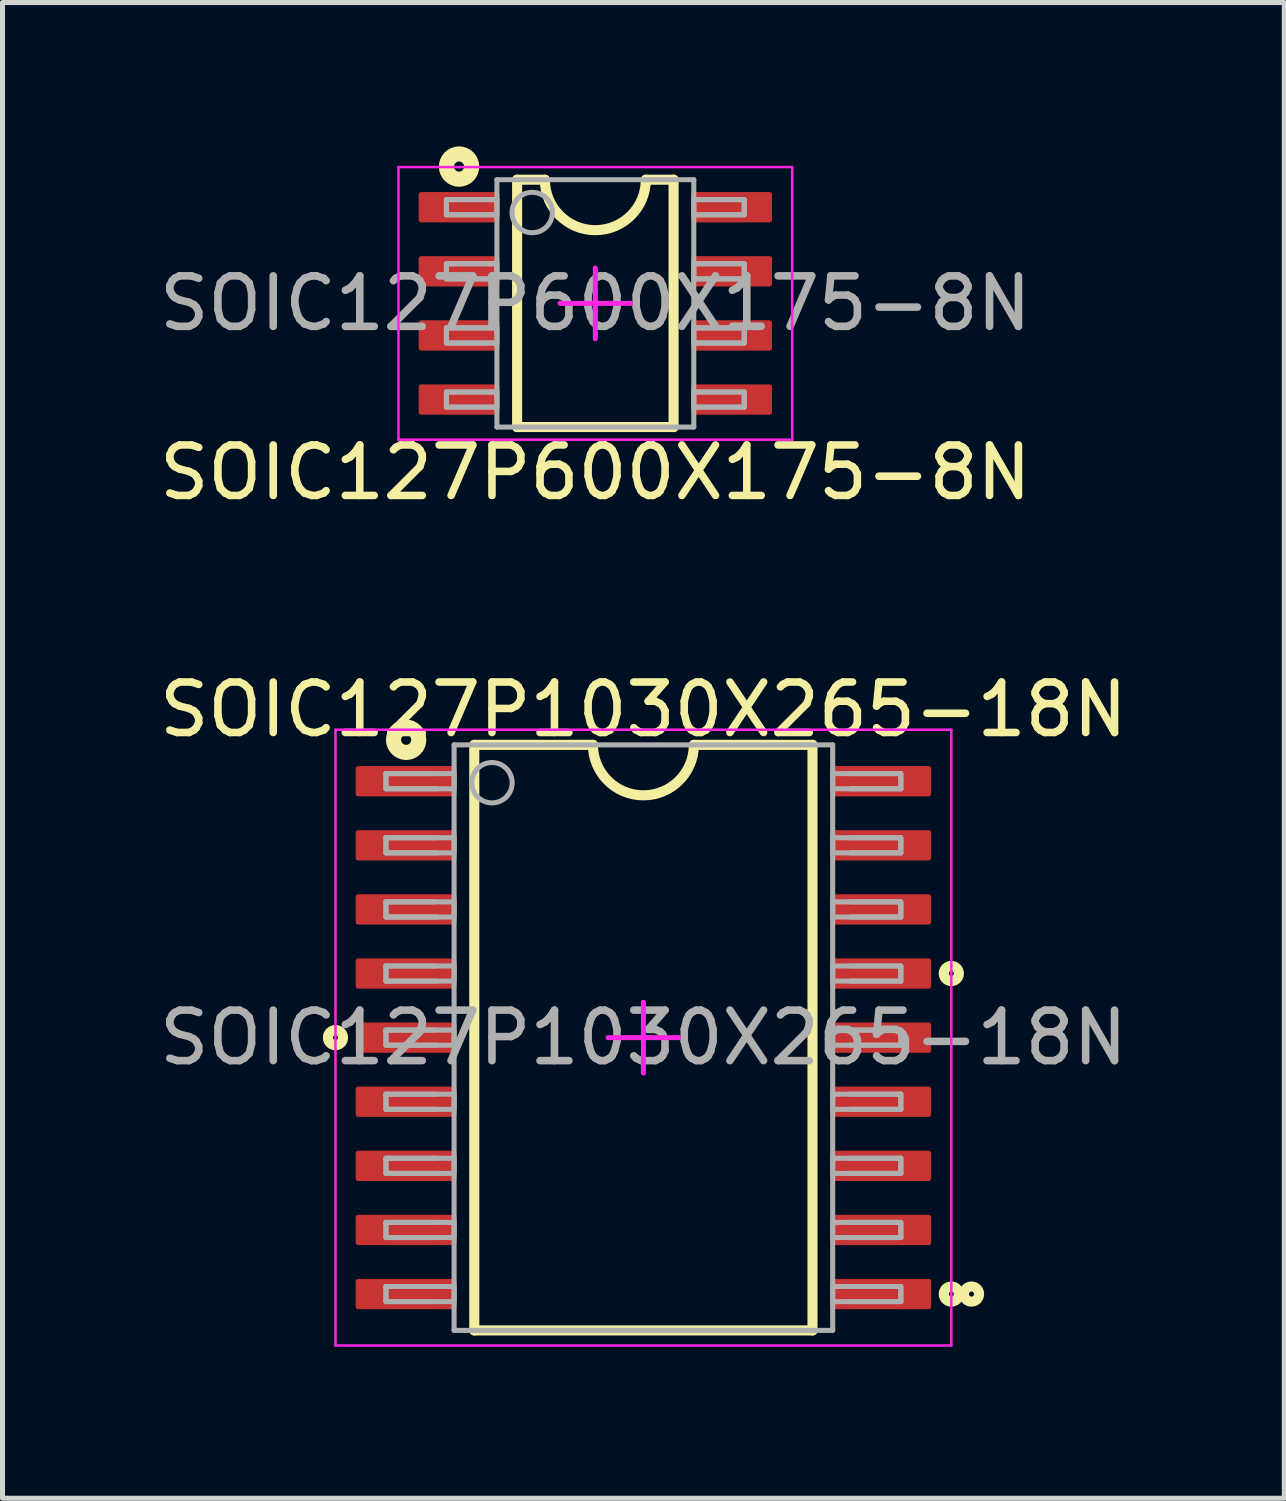
<source format=kicad_pcb>
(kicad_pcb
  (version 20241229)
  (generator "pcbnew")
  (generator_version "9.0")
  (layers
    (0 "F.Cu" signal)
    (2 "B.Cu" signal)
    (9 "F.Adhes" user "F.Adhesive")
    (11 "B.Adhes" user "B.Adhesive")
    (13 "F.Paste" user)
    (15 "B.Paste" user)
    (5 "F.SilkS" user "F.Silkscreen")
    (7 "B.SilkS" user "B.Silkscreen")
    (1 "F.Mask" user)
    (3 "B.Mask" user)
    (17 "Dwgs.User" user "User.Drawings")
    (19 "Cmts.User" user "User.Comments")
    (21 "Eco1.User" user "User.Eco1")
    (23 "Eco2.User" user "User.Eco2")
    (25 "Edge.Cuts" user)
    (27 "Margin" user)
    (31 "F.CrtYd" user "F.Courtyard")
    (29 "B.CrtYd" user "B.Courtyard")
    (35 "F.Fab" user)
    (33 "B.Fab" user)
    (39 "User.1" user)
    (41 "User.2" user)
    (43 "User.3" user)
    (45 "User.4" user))
  (footprint "SOIC127P1030X265-18N"
    (layer "F.Cu")
    (at 9.696 17.506)
    (property "Reference" "SOIC127P1030X265-18N" (at 0 -6.5 0) (layer "F.SilkS") (effects (font (size 1 1) (thickness 0.15))))
    (attr smd)
    (fp_line (start -3.35 -5.8) (end -3.35 5.8) (stroke (width 0.2) (type solid)) (layer "F.SilkS"))
    (fp_line (start -3.35 5.8) (end 3.35 5.8) (stroke (width 0.2) (type solid)) (layer "F.SilkS"))
    (fp_line (start -1 -5.8) (end -3.35 -5.8) (stroke (width 0.2) (type solid)) (layer "F.SilkS"))
    (fp_line (start 3.35 -5.8) (end 1 -5.8) (stroke (width 0.2) (type solid)) (layer "F.SilkS"))
    (fp_line (start 3.35 5.8) (end 3.35 -5.8) (stroke (width 0.2) (type solid)) (layer "F.SilkS"))
    (fp_arc (start 1 -5.8) (mid 0 -4.8) (end -1 -5.8) (stroke (width 0.2) (type solid)) (layer "F.SilkS"))
    (fp_circle (center -6.1 0) (end -6.1 0.05) (stroke (width 0.2) (type solid)) (fill no) (layer "F.SilkS"))
    (fp_circle (center -4.7 -5.9) (end -4.7 -5.8) (stroke (width 0.3) (type solid)) (fill no) (layer "F.SilkS"))
    (fp_circle (center 6.1 -1.27) (end 6.1 -1.32) (stroke (width 0.2) (type solid)) (fill no) (layer "F.SilkS"))
    (fp_circle (center 6.1 5.08) (end 6.1 5.03) (stroke (width 0.2) (type solid)) (fill no) (layer "F.SilkS"))
    (fp_circle (center 6.5 5.08) (end 6.5 5.13) (stroke (width 0.2) (type solid)) (fill no) (layer "F.SilkS"))
    (fp_line (start -6.1 -6.1) (end 6.1 -6.1) (stroke (width 0.05) (type solid)) (layer "F.CrtYd"))
    (fp_line (start -6.1 6.1) (end -6.1 -6.1) (stroke (width 0.05) (type solid)) (layer "F.CrtYd"))
    (fp_line (start 0 0.7) (end 0 -0.7) (stroke (width 0.1) (type solid)) (layer "F.CrtYd"))
    (fp_line (start 0.7 0) (end -0.7 0) (stroke (width 0.1) (type solid)) (layer "F.CrtYd"))
    (fp_line (start 6.1 -6.1) (end 6.1 6.1) (stroke (width 0.05) (type solid)) (layer "F.CrtYd"))
    (fp_line (start 6.1 6.1) (end -6.1 6.1) (stroke (width 0.05) (type solid)) (layer "F.CrtYd"))
    (fp_line (start -5.1 -5.23) (end -5.1 -4.93) (stroke (width 0.1) (type solid)) (layer "F.Fab"))
    (fp_line (start -5.1 -4.93) (end -4.1 -4.93) (stroke (width 0.1) (type solid)) (layer "F.Fab"))
    (fp_line (start -5.1 -3.96) (end -5.1 -3.66) (stroke (width 0.1) (type solid)) (layer "F.Fab"))
    (fp_line (start -5.1 -3.66) (end -4.1 -3.66) (stroke (width 0.1) (type solid)) (layer "F.Fab"))
    (fp_line (start -5.1 -2.69) (end -5.1 -2.39) (stroke (width 0.1) (type solid)) (layer "F.Fab"))
    (fp_line (start -5.1 -2.39) (end -4.1 -2.39) (stroke (width 0.1) (type solid)) (layer "F.Fab"))
    (fp_line (start -5.1 -1.42) (end -5.1 -1.12) (stroke (width 0.1) (type solid)) (layer "F.Fab"))
    (fp_line (start -5.1 -1.12) (end -4.1 -1.12) (stroke (width 0.1) (type solid)) (layer "F.Fab"))
    (fp_line (start -5.1 -0.15) (end -5.1 0.15) (stroke (width 0.1) (type solid)) (layer "F.Fab"))
    (fp_line (start -5.1 0.15) (end -4.1 0.15) (stroke (width 0.1) (type solid)) (layer "F.Fab"))
    (fp_line (start -5.1 1.12) (end -5.1 1.42) (stroke (width 0.1) (type solid)) (layer "F.Fab"))
    (fp_line (start -5.1 1.42) (end -4.1 1.42) (stroke (width 0.1) (type solid)) (layer "F.Fab"))
    (fp_line (start -5.1 2.39) (end -5.1 2.69) (stroke (width 0.1) (type solid)) (layer "F.Fab"))
    (fp_line (start -5.1 2.69) (end -4.1 2.69) (stroke (width 0.1) (type solid)) (layer "F.Fab"))
    (fp_line (start -5.1 3.66) (end -5.1 3.96) (stroke (width 0.1) (type solid)) (layer "F.Fab"))
    (fp_line (start -5.1 3.96) (end -4.1 3.96) (stroke (width 0.1) (type solid)) (layer "F.Fab"))
    (fp_line (start -5.1 4.93) (end -5.1 5.23) (stroke (width 0.1) (type solid)) (layer "F.Fab"))
    (fp_line (start -5.1 5.23) (end -4.1 5.23) (stroke (width 0.1) (type solid)) (layer "F.Fab"))
    (fp_line (start -4.1 -5.23) (end -5.1 -5.23) (stroke (width 0.1) (type solid)) (layer "F.Fab"))
    (fp_line (start -4.1 -3.96) (end -5.1 -3.96) (stroke (width 0.1) (type solid)) (layer "F.Fab"))
    (fp_line (start -4.1 -2.69) (end -5.1 -2.69) (stroke (width 0.1) (type solid)) (layer "F.Fab"))
    (fp_line (start -4.1 -1.42) (end -5.1 -1.42) (stroke (width 0.1) (type solid)) (layer "F.Fab"))
    (fp_line (start -4.1 -0.15) (end -5.1 -0.15) (stroke (width 0.1) (type solid)) (layer "F.Fab"))
    (fp_line (start -4.1 1.12) (end -5.1 1.12) (stroke (width 0.1) (type solid)) (layer "F.Fab"))
    (fp_line (start -4.1 2.39) (end -5.1 2.39) (stroke (width 0.1) (type solid)) (layer "F.Fab"))
    (fp_line (start -4.1 3.66) (end -5.1 3.66) (stroke (width 0.1) (type solid)) (layer "F.Fab"))
    (fp_line (start -4.1 4.93) (end -5.1 4.93) (stroke (width 0.1) (type solid)) (layer "F.Fab"))
    (fp_line (start -3.75 5.8) (end -3.75 -5.8) (stroke (width 0.1) (type solid)) (layer "F.Fab"))
    (fp_line (start 3.75 -5.8) (end -3.75 -5.8) (stroke (width 0.1) (type solid)) (layer "F.Fab"))
    (fp_line (start 3.75 -5.8) (end 3.75 5.8) (stroke (width 0.1) (type solid)) (layer "F.Fab"))
    (fp_line (start 3.75 5.8) (end -3.75 5.8) (stroke (width 0.1) (type solid)) (layer "F.Fab"))
    (fp_line (start 4.1 -4.93) (end 5.1 -4.93) (stroke (width 0.1) (type solid)) (layer "F.Fab"))
    (fp_line (start 4.1 -3.66) (end 5.1 -3.66) (stroke (width 0.1) (type solid)) (layer "F.Fab"))
    (fp_line (start 4.1 -2.39) (end 5.1 -2.39) (stroke (width 0.1) (type solid)) (layer "F.Fab"))
    (fp_line (start 4.1 -1.12) (end 5.1 -1.12) (stroke (width 0.1) (type solid)) (layer "F.Fab"))
    (fp_line (start 4.1 0.15) (end 5.1 0.15) (stroke (width 0.1) (type solid)) (layer "F.Fab"))
    (fp_line (start 4.1 1.42) (end 5.1 1.42) (stroke (width 0.1) (type solid)) (layer "F.Fab"))
    (fp_line (start 4.1 2.69) (end 5.1 2.69) (stroke (width 0.1) (type solid)) (layer "F.Fab"))
    (fp_line (start 4.1 3.96) (end 5.1 3.96) (stroke (width 0.1) (type solid)) (layer "F.Fab"))
    (fp_line (start 4.1 5.23) (end 5.1 5.23) (stroke (width 0.1) (type solid)) (layer "F.Fab"))
    (fp_line (start 5.1 -5.23) (end 4.1 -5.23) (stroke (width 0.1) (type solid)) (layer "F.Fab"))
    (fp_line (start 5.1 -4.93) (end 5.1 -5.23) (stroke (width 0.1) (type solid)) (layer "F.Fab"))
    (fp_line (start 5.1 -3.96) (end 4.1 -3.96) (stroke (width 0.1) (type solid)) (layer "F.Fab"))
    (fp_line (start 5.1 -3.66) (end 5.1 -3.96) (stroke (width 0.1) (type solid)) (layer "F.Fab"))
    (fp_line (start 5.1 -2.69) (end 4.1 -2.69) (stroke (width 0.1) (type solid)) (layer "F.Fab"))
    (fp_line (start 5.1 -2.39) (end 5.1 -2.69) (stroke (width 0.1) (type solid)) (layer "F.Fab"))
    (fp_line (start 5.1 -1.42) (end 4.1 -1.42) (stroke (width 0.1) (type solid)) (layer "F.Fab"))
    (fp_line (start 5.1 -1.12) (end 5.1 -1.42) (stroke (width 0.1) (type solid)) (layer "F.Fab"))
    (fp_line (start 5.1 -0.15) (end 4.1 -0.15) (stroke (width 0.1) (type solid)) (layer "F.Fab"))
    (fp_line (start 5.1 0.15) (end 5.1 -0.15) (stroke (width 0.1) (type solid)) (layer "F.Fab"))
    (fp_line (start 5.1 1.12) (end 4.1 1.12) (stroke (width 0.1) (type solid)) (layer "F.Fab"))
    (fp_line (start 5.1 1.42) (end 5.1 1.12) (stroke (width 0.1) (type solid)) (layer "F.Fab"))
    (fp_line (start 5.1 2.39) (end 4.1 2.39) (stroke (width 0.1) (type solid)) (layer "F.Fab"))
    (fp_line (start 5.1 2.69) (end 5.1 2.39) (stroke (width 0.1) (type solid)) (layer "F.Fab"))
    (fp_line (start 5.1 3.66) (end 4.1 3.66) (stroke (width 0.1) (type solid)) (layer "F.Fab"))
    (fp_line (start 5.1 3.96) (end 5.1 3.66) (stroke (width 0.1) (type solid)) (layer "F.Fab"))
    (fp_line (start 5.1 4.93) (end 4.1 4.93) (stroke (width 0.1) (type solid)) (layer "F.Fab"))
    (fp_line (start 5.1 5.23) (end 5.1 4.93) (stroke (width 0.1) (type solid)) (layer "F.Fab"))
    (fp_circle (center -3 -5.05) (end -3 -5.45) (stroke (width 0.1) (type solid)) (fill no) (layer "F.Fab"))
    (fp_poly (pts (xy -5.1 -4.93) (xy -5.1 -5.23) (xy -3.75 -5.23) (xy -3.75 -4.93)) (stroke (width 0.1) (type solid)) (fill no) (layer "F.Fab"))
    (fp_poly (pts (xy -5.1 -3.66) (xy -5.1 -3.96) (xy -3.75 -3.96) (xy -3.75 -3.66)) (stroke (width 0.1) (type solid)) (fill no) (layer "F.Fab"))
    (fp_poly (pts (xy -5.1 -2.39) (xy -5.1 -2.69) (xy -3.75 -2.69) (xy -3.75 -2.39)) (stroke (width 0.1) (type solid)) (fill no) (layer "F.Fab"))
    (fp_poly (pts (xy -5.1 -1.12) (xy -5.1 -1.42) (xy -3.75 -1.42) (xy -3.75 -1.12)) (stroke (width 0.1) (type solid)) (fill no) (layer "F.Fab"))
    (fp_poly (pts (xy -5.1 0.15) (xy -5.1 -0.15) (xy -3.75 -0.15) (xy -3.75 0.15)) (stroke (width 0.1) (type solid)) (fill no) (layer "F.Fab"))
    (fp_poly (pts (xy -5.1 1.42) (xy -5.1 1.12) (xy -3.75 1.12) (xy -3.75 1.42)) (stroke (width 0.1) (type solid)) (fill no) (layer "F.Fab"))
    (fp_poly (pts (xy -5.1 2.69) (xy -5.1 2.39) (xy -3.75 2.39) (xy -3.75 2.69)) (stroke (width 0.1) (type solid)) (fill no) (layer "F.Fab"))
    (fp_poly (pts (xy -5.1 3.96) (xy -5.1 3.66) (xy -3.75 3.66) (xy -3.75 3.96)) (stroke (width 0.1) (type solid)) (fill no) (layer "F.Fab"))
    (fp_poly (pts (xy -5.1 5.23) (xy -5.1 4.93) (xy -3.75 4.93) (xy -3.75 5.23)) (stroke (width 0.1) (type solid)) (fill no) (layer "F.Fab"))
    (fp_poly (pts (xy 5.1 -5.23) (xy 5.1 -4.93) (xy 3.75 -4.93) (xy 3.75 -5.23)) (stroke (width 0.1) (type solid)) (fill no) (layer "F.Fab"))
    (fp_poly (pts (xy 5.1 -3.96) (xy 5.1 -3.66) (xy 3.75 -3.66) (xy 3.75 -3.96)) (stroke (width 0.1) (type solid)) (fill no) (layer "F.Fab"))
    (fp_poly (pts (xy 5.1 -2.69) (xy 5.1 -2.39) (xy 3.75 -2.39) (xy 3.75 -2.69)) (stroke (width 0.1) (type solid)) (fill no) (layer "F.Fab"))
    (fp_poly (pts (xy 5.1 -1.42) (xy 5.1 -1.12) (xy 3.75 -1.12) (xy 3.75 -1.42)) (stroke (width 0.1) (type solid)) (fill no) (layer "F.Fab"))
    (fp_poly (pts (xy 5.1 -0.15) (xy 5.1 0.15) (xy 3.75 0.15) (xy 3.75 -0.15)) (stroke (width 0.1) (type solid)) (fill no) (layer "F.Fab"))
    (fp_poly (pts (xy 5.1 1.12) (xy 5.1 1.42) (xy 3.75 1.42) (xy 3.75 1.12)) (stroke (width 0.1) (type solid)) (fill no) (layer "F.Fab"))
    (fp_poly (pts (xy 5.1 2.39) (xy 5.1 2.69) (xy 3.75 2.69) (xy 3.75 2.39)) (stroke (width 0.1) (type solid)) (fill no) (layer "F.Fab"))
    (fp_poly (pts (xy 5.1 3.66) (xy 5.1 3.96) (xy 3.75 3.96) (xy 3.75 3.66)) (stroke (width 0.1) (type solid)) (fill no) (layer "F.Fab"))
    (fp_poly (pts (xy 5.1 4.93) (xy 5.1 5.23) (xy 3.75 5.23) (xy 3.75 4.93)) (stroke (width 0.1) (type solid)) (fill no) (layer "F.Fab"))
    (fp_text user "${REFERENCE}" (at 0 0 0) (layer "F.Fab") (effects (font (size 1 1) (thickness 0.15))))
    (pad "1" smd roundrect (at -4.7 -5.08 270) (size 0.6 2) (layers "F.Cu" "F.Mask" "F.Paste") (roundrect_rratio 0.083))
    (pad "2" smd roundrect (at -4.7 -3.81 270) (size 0.6 2) (layers "F.Cu" "F.Mask" "F.Paste") (roundrect_rratio 0.083))
    (pad "3" smd roundrect (at -4.7 -2.54 270) (size 0.6 2) (layers "F.Cu" "F.Mask" "F.Paste") (roundrect_rratio 0.083))
    (pad "4" smd roundrect (at -4.7 -1.27 270) (size 0.6 2) (layers "F.Cu" "F.Mask" "F.Paste") (roundrect_rratio 0.083))
    (pad "5" smd roundrect (at -4.7 0 270) (size 0.6 2) (layers "F.Cu" "F.Mask" "F.Paste") (roundrect_rratio 0.083))
    (pad "6" smd roundrect (at -4.7 1.27 270) (size 0.6 2) (layers "F.Cu" "F.Mask" "F.Paste") (roundrect_rratio 0.083))
    (pad "7" smd roundrect (at -4.7 2.54 270) (size 0.6 2) (layers "F.Cu" "F.Mask" "F.Paste") (roundrect_rratio 0.083))
    (pad "8" smd roundrect (at -4.7 3.81 270) (size 0.6 2) (layers "F.Cu" "F.Mask" "F.Paste") (roundrect_rratio 0.083))
    (pad "9" smd roundrect (at -4.7 5.08 270) (size 0.6 2) (layers "F.Cu" "F.Mask" "F.Paste") (roundrect_rratio 0.083))
    (pad "10" smd roundrect (at 4.7 5.08 270) (size 0.6 2) (layers "F.Cu" "F.Mask" "F.Paste") (roundrect_rratio 0.083))
    (pad "11" smd roundrect (at 4.7 3.81 270) (size 0.6 2) (layers "F.Cu" "F.Mask" "F.Paste") (roundrect_rratio 0.083))
    (pad "12" smd roundrect (at 4.7 2.54 270) (size 0.6 2) (layers "F.Cu" "F.Mask" "F.Paste") (roundrect_rratio 0.083))
    (pad "13" smd roundrect (at 4.7 1.27 270) (size 0.6 2) (layers "F.Cu" "F.Mask" "F.Paste") (roundrect_rratio 0.083))
    (pad "14" smd roundrect (at 4.7 0 270) (size 0.6 2) (layers "F.Cu" "F.Mask" "F.Paste") (roundrect_rratio 0.083))
    (pad "15" smd roundrect (at 4.7 -1.27 270) (size 0.6 2) (layers "F.Cu" "F.Mask" "F.Paste") (roundrect_rratio 0.083))
    (pad "16" smd roundrect (at 4.7 -2.54 270) (size 0.6 2) (layers "F.Cu" "F.Mask" "F.Paste") (roundrect_rratio 0.083))
    (pad "17" smd roundrect (at 4.7 -3.81 270) (size 0.6 2) (layers "F.Cu" "F.Mask" "F.Paste") (roundrect_rratio 0.083))
    (pad "18" smd roundrect (at 4.7 -5.08 270) (size 0.6 2) (layers "F.Cu" "F.Mask" "F.Paste") (roundrect_rratio 0.083)))
  (footprint "SOIC127P600X175-8N"
    (layer "F.Cu")
    (at 8.744 2.96)
    (property "Reference" "SOIC127P600X175-8N" (at 0 3.35 0) (layer "F.SilkS") (effects (font (size 1 1) (thickness 0.15))))
    (attr smd)
    (fp_line (start -1.55 -2.45) (end -1.55 2.45) (stroke (width 0.2) (type solid)) (layer "F.SilkS"))
    (fp_line (start -1.55 2.45) (end 1.55 2.45) (stroke (width 0.2) (type solid)) (layer "F.SilkS"))
    (fp_line (start -1 -2.45) (end -1.55 -2.45) (stroke (width 0.2) (type solid)) (layer "F.SilkS"))
    (fp_line (start 1.55 -2.45) (end 1 -2.45) (stroke (width 0.2) (type solid)) (layer "F.SilkS"))
    (fp_line (start 1.55 2.45) (end 1.55 -2.45) (stroke (width 0.2) (type solid)) (layer "F.SilkS"))
    (fp_arc (start 1 -2.45) (mid 0 -1.45) (end -1 -2.45) (stroke (width 0.2) (type solid)) (layer "F.SilkS"))
    (fp_circle (center -2.7 -2.71) (end -2.7 -2.61) (stroke (width 0.3) (type solid)) (fill no) (layer "F.SilkS"))
    (fp_line (start -3.9 -2.7) (end 3.9 -2.7) (stroke (width 0.05) (type solid)) (layer "F.CrtYd"))
    (fp_line (start -3.9 2.7) (end -3.9 -2.7) (stroke (width 0.05) (type solid)) (layer "F.CrtYd"))
    (fp_line (start 0 0.7) (end 0 -0.7) (stroke (width 0.1) (type solid)) (layer "F.CrtYd"))
    (fp_line (start 0.7 0) (end -0.7 0) (stroke (width 0.1) (type solid)) (layer "F.CrtYd"))
    (fp_line (start 3.9 -2.7) (end 3.9 2.7) (stroke (width 0.05) (type solid)) (layer "F.CrtYd"))
    (fp_line (start 3.9 2.7) (end -3.9 2.7) (stroke (width 0.05) (type solid)) (layer "F.CrtYd"))
    (fp_line (start -2.95 -2.055) (end -2.95 -1.755) (stroke (width 0.1) (type solid)) (layer "F.Fab"))
    (fp_line (start -2.95 -1.755) (end -1.95 -1.755) (stroke (width 0.1) (type solid)) (layer "F.Fab"))
    (fp_line (start -2.95 -0.785) (end -2.95 -0.485) (stroke (width 0.1) (type solid)) (layer "F.Fab"))
    (fp_line (start -2.95 -0.485) (end -1.95 -0.485) (stroke (width 0.1) (type solid)) (layer "F.Fab"))
    (fp_line (start -2.95 0.485) (end -2.95 0.785) (stroke (width 0.1) (type solid)) (layer "F.Fab"))
    (fp_line (start -2.95 0.785) (end -1.95 0.785) (stroke (width 0.1) (type solid)) (layer "F.Fab"))
    (fp_line (start -2.95 1.755) (end -2.95 2.055) (stroke (width 0.1) (type solid)) (layer "F.Fab"))
    (fp_line (start -2.95 2.055) (end -1.95 2.055) (stroke (width 0.1) (type solid)) (layer "F.Fab"))
    (fp_line (start -1.95 -2.45) (end 1.95 -2.45) (stroke (width 0.1) (type solid)) (layer "F.Fab"))
    (fp_line (start -1.95 -2.055) (end -2.95 -2.055) (stroke (width 0.1) (type solid)) (layer "F.Fab"))
    (fp_line (start -1.95 -0.785) (end -2.95 -0.785) (stroke (width 0.1) (type solid)) (layer "F.Fab"))
    (fp_line (start -1.95 0.485) (end -2.95 0.485) (stroke (width 0.1) (type solid)) (layer "F.Fab"))
    (fp_line (start -1.95 1.755) (end -2.95 1.755) (stroke (width 0.1) (type solid)) (layer "F.Fab"))
    (fp_line (start -1.95 2.45) (end -1.95 -2.45) (stroke (width 0.1) (type solid)) (layer "F.Fab"))
    (fp_line (start 1.95 -2.45) (end 1.95 2.45) (stroke (width 0.1) (type solid)) (layer "F.Fab"))
    (fp_line (start 1.95 -1.755) (end 2.95 -1.755) (stroke (width 0.1) (type solid)) (layer "F.Fab"))
    (fp_line (start 1.95 -0.485) (end 2.95 -0.485) (stroke (width 0.1) (type solid)) (layer "F.Fab"))
    (fp_line (start 1.95 0.785) (end 2.95 0.785) (stroke (width 0.1) (type solid)) (layer "F.Fab"))
    (fp_line (start 1.95 2.055) (end 2.95 2.055) (stroke (width 0.1) (type solid)) (layer "F.Fab"))
    (fp_line (start 1.95 2.45) (end -1.95 2.45) (stroke (width 0.1) (type solid)) (layer "F.Fab"))
    (fp_line (start 2.95 -2.055) (end 1.95 -2.055) (stroke (width 0.1) (type solid)) (layer "F.Fab"))
    (fp_line (start 2.95 -1.755) (end 2.95 -2.055) (stroke (width 0.1) (type solid)) (layer "F.Fab"))
    (fp_line (start 2.95 -0.785) (end 1.95 -0.785) (stroke (width 0.1) (type solid)) (layer "F.Fab"))
    (fp_line (start 2.95 -0.485) (end 2.95 -0.785) (stroke (width 0.1) (type solid)) (layer "F.Fab"))
    (fp_line (start 2.95 0.485) (end 1.95 0.485) (stroke (width 0.1) (type solid)) (layer "F.Fab"))
    (fp_line (start 2.95 0.785) (end 2.95 0.485) (stroke (width 0.1) (type solid)) (layer "F.Fab"))
    (fp_line (start 2.95 1.755) (end 1.95 1.755) (stroke (width 0.1) (type solid)) (layer "F.Fab"))
    (fp_line (start 2.95 2.055) (end 2.95 1.755) (stroke (width 0.1) (type solid)) (layer "F.Fab"))
    (fp_circle (center -1.25 -1.8) (end -1.25 -1.4) (stroke (width 0.1) (type solid)) (fill no) (layer "F.Fab"))
    (fp_poly (pts (xy -2.95 -1.755) (xy -2.95 -2.055) (xy -1.95 -2.055) (xy -1.95 -1.755)) (stroke (width 0.1) (type solid)) (fill no) (layer "F.Fab"))
    (fp_poly (pts (xy -2.95 -0.485) (xy -2.95 -0.785) (xy -1.95 -0.785) (xy -1.95 -0.485)) (stroke (width 0.1) (type solid)) (fill no) (layer "F.Fab"))
    (fp_poly (pts (xy -2.95 0.785) (xy -2.95 0.485) (xy -1.95 0.485) (xy -1.95 0.785)) (stroke (width 0.1) (type solid)) (fill no) (layer "F.Fab"))
    (fp_poly (pts (xy -2.95 2.055) (xy -2.95 1.755) (xy -1.95 1.755) (xy -1.95 2.055)) (stroke (width 0.1) (type solid)) (fill no) (layer "F.Fab"))
    (fp_poly (pts (xy 2.95 -2.055) (xy 2.95 -1.755) (xy 1.95 -1.755) (xy 1.95 -2.055)) (stroke (width 0.1) (type solid)) (fill no) (layer "F.Fab"))
    (fp_poly (pts (xy 2.95 -0.785) (xy 2.95 -0.485) (xy 1.95 -0.485) (xy 1.95 -0.785)) (stroke (width 0.1) (type solid)) (fill no) (layer "F.Fab"))
    (fp_poly (pts (xy 2.95 0.485) (xy 2.95 0.785) (xy 1.95 0.785) (xy 1.95 0.485)) (stroke (width 0.1) (type solid)) (fill no) (layer "F.Fab"))
    (fp_poly (pts (xy 2.95 1.755) (xy 2.95 2.055) (xy 1.95 2.055) (xy 1.95 1.755)) (stroke (width 0.1) (type solid)) (fill no) (layer "F.Fab"))
    (fp_text user "${REFERENCE}" (at 0 0 0) (layer "F.Fab") (effects (font (size 1 1) (thickness 0.15))))
    (pad "1" smd roundrect (at -2.7 -1.905 270) (size 0.6 1.6) (layers "F.Cu" "F.Mask" "F.Paste") (roundrect_rratio 0.083))
    (pad "2" smd roundrect (at -2.7 -0.635 270) (size 0.6 1.6) (layers "F.Cu" "F.Mask" "F.Paste") (roundrect_rratio 0.083))
    (pad "3" smd roundrect (at -2.7 0.635 270) (size 0.6 1.6) (layers "F.Cu" "F.Mask" "F.Paste") (roundrect_rratio 0.083))
    (pad "4" smd roundrect (at -2.7 1.905 270) (size 0.6 1.6) (layers "F.Cu" "F.Mask" "F.Paste") (roundrect_rratio 0.083))
    (pad "5" smd roundrect (at 2.7 1.905 270) (size 0.6 1.6) (layers "F.Cu" "F.Mask" "F.Paste") (roundrect_rratio 0.083))
    (pad "6" smd roundrect (at 2.7 0.635 270) (size 0.6 1.6) (layers "F.Cu" "F.Mask" "F.Paste") (roundrect_rratio 0.083))
    (pad "7" smd roundrect (at 2.7 -0.635 270) (size 0.6 1.6) (layers "F.Cu" "F.Mask" "F.Paste") (roundrect_rratio 0.083))
    (pad "8" smd roundrect (at 2.7 -1.905 270) (size 0.6 1.6) (layers "F.Cu" "F.Mask" "F.Paste") (roundrect_rratio 0.083)))
  (gr_rect
    (start -3 -3)
    (end 22.393 26.631)
    (stroke (width 0.1) (type default))
    (fill no)
    (layer "Edge.Cuts")))
</source>
